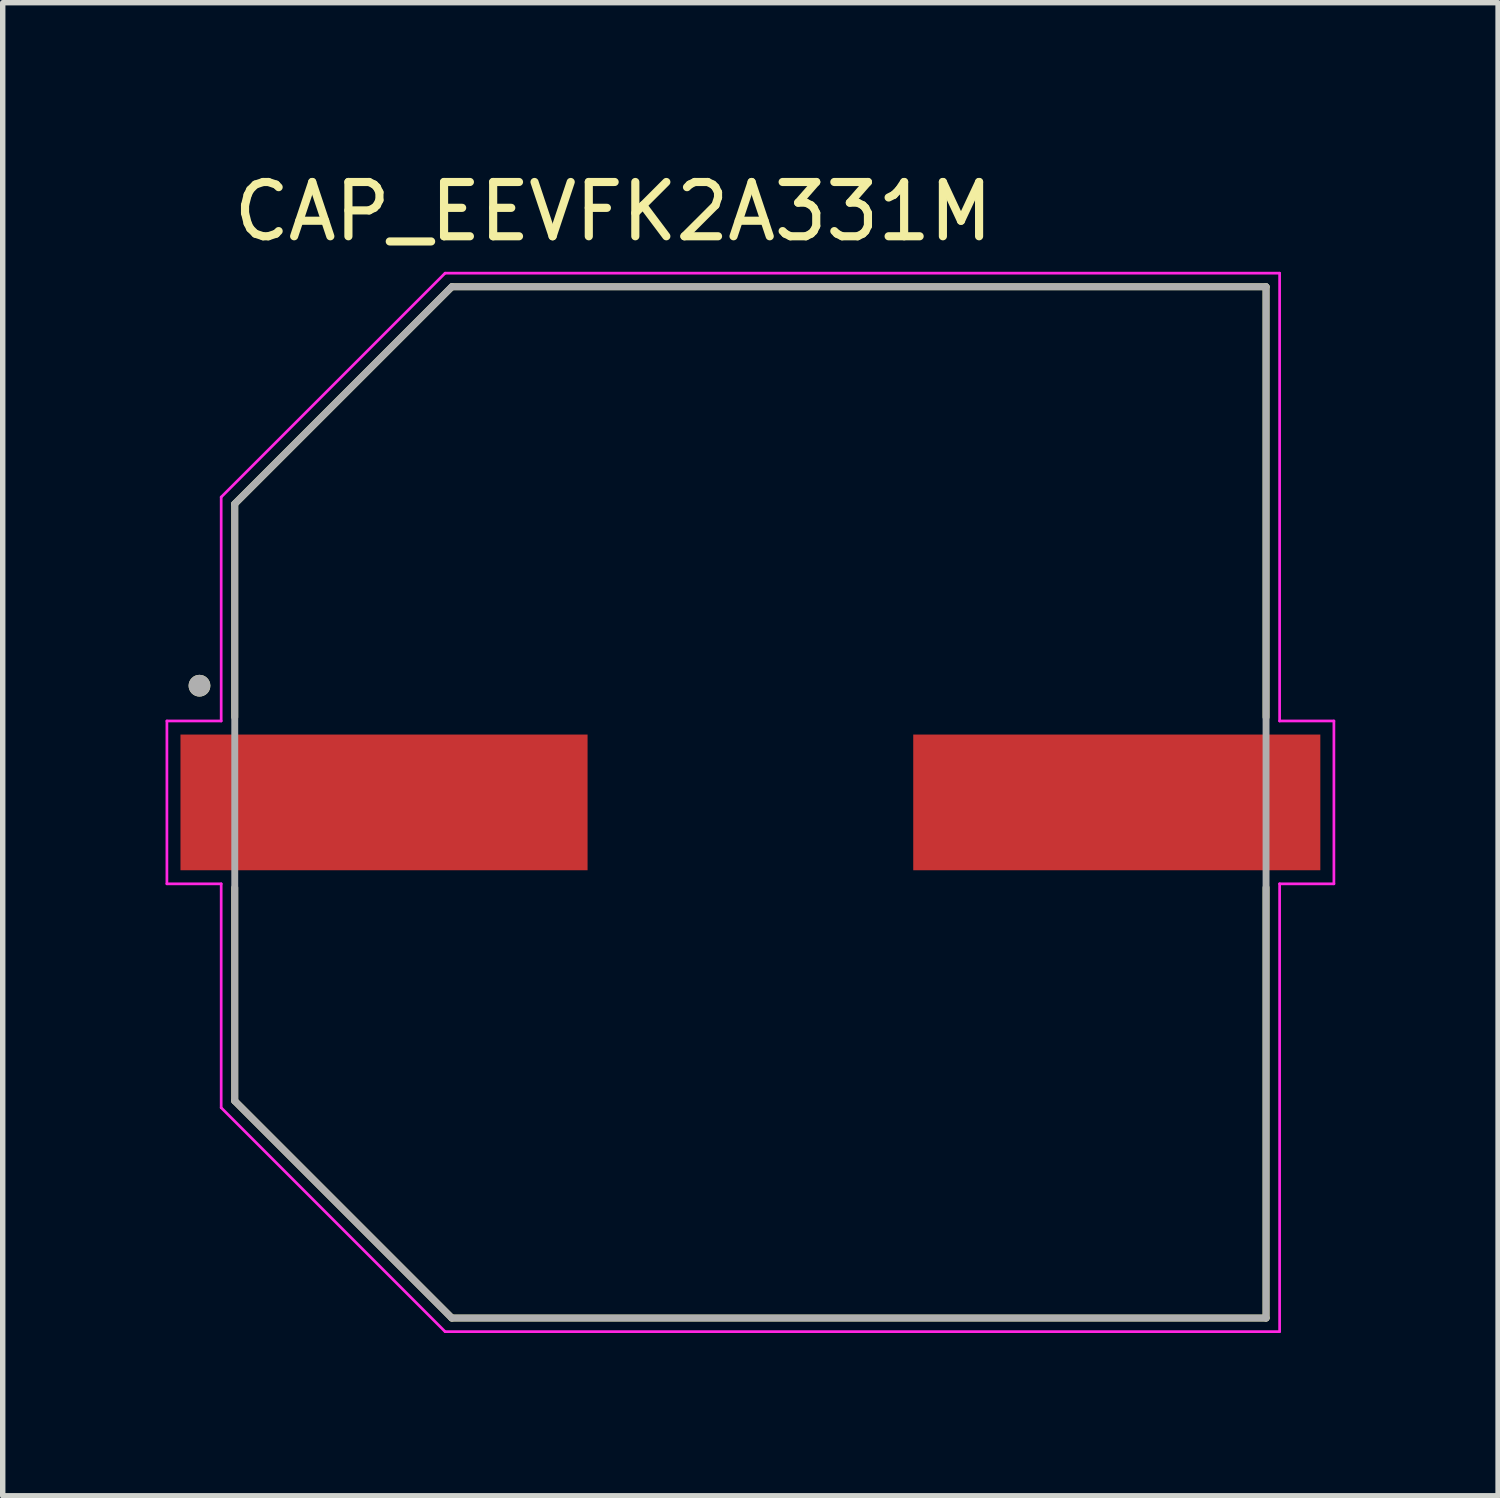
<source format=kicad_pcb>
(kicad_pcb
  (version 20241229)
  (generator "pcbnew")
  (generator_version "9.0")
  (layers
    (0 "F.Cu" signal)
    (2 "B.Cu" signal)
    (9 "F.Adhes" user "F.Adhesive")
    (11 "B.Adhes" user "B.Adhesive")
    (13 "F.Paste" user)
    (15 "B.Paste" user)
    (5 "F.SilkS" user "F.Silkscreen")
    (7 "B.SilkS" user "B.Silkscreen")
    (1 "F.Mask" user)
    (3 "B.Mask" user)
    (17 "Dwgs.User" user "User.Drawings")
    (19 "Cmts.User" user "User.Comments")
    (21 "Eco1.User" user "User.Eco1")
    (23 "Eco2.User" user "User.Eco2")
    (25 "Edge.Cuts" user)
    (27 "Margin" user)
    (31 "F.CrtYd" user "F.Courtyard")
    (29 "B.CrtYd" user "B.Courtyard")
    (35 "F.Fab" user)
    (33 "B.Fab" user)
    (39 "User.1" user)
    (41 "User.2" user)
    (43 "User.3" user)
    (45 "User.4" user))
  (footprint "CAP_EEVFK2A331M"
    (layer "F.Cu")
    (at 10.775 11.733)
    (property "Reference" "CAP_EEVFK2A331M" (at -2.525 -10.885 0) (layer "F.SilkS") (effects (font (size 1 1) (thickness 0.15))))
    (attr smd)
    (fp_line (start -9.5 -5.5) (end -9.5 -1.57) (stroke (width 0.127) (type solid)) (layer "F.SilkS"))
    (fp_line (start -9.5 1.57) (end -9.5 5.5) (stroke (width 0.127) (type solid)) (layer "F.SilkS"))
    (fp_line (start -9.5 5.5) (end -5.5 9.5) (stroke (width 0.127) (type solid)) (layer "F.SilkS"))
    (fp_line (start -5.5 -9.5) (end -9.5 -5.5) (stroke (width 0.127) (type solid)) (layer "F.SilkS"))
    (fp_line (start -5.5 9.5) (end 9.5 9.5) (stroke (width 0.127) (type solid)) (layer "F.SilkS"))
    (fp_line (start 9.5 -9.5) (end -5.5 -9.5) (stroke (width 0.127) (type solid)) (layer "F.SilkS"))
    (fp_line (start 9.5 -1.57) (end 9.5 -9.5) (stroke (width 0.127) (type solid)) (layer "F.SilkS"))
    (fp_line (start 9.5 9.5) (end 9.5 1.57) (stroke (width 0.127) (type solid)) (layer "F.SilkS"))
    (fp_circle (center -10.15 -2.15) (end -10.05 -2.15) (stroke (width 0.2) (type solid)) (fill no) (layer "F.SilkS"))
    (fp_line (start -10.75 -1.5) (end -9.75 -1.5) (stroke (width 0.05) (type solid)) (layer "F.CrtYd"))
    (fp_line (start -10.75 1.5) (end -10.75 -1.5) (stroke (width 0.05) (type solid)) (layer "F.CrtYd"))
    (fp_line (start -9.75 -5.625) (end -5.625 -9.75) (stroke (width 0.05) (type solid)) (layer "F.CrtYd"))
    (fp_line (start -9.75 -1.5) (end -9.75 -5.625) (stroke (width 0.05) (type solid)) (layer "F.CrtYd"))
    (fp_line (start -9.75 1.5) (end -10.75 1.5) (stroke (width 0.05) (type solid)) (layer "F.CrtYd"))
    (fp_line (start -9.75 5.625) (end -9.75 1.5) (stroke (width 0.05) (type solid)) (layer "F.CrtYd"))
    (fp_line (start -5.625 -9.75) (end 9.75 -9.75) (stroke (width 0.05) (type solid)) (layer "F.CrtYd"))
    (fp_line (start -5.625 9.75) (end -9.75 5.625) (stroke (width 0.05) (type solid)) (layer "F.CrtYd"))
    (fp_line (start 9.75 -9.75) (end 9.75 -1.5) (stroke (width 0.05) (type solid)) (layer "F.CrtYd"))
    (fp_line (start 9.75 -1.5) (end 10.75 -1.5) (stroke (width 0.05) (type solid)) (layer "F.CrtYd"))
    (fp_line (start 9.75 1.5) (end 9.75 9.75) (stroke (width 0.05) (type solid)) (layer "F.CrtYd"))
    (fp_line (start 9.75 9.75) (end -5.625 9.75) (stroke (width 0.05) (type solid)) (layer "F.CrtYd"))
    (fp_line (start 10.75 -1.5) (end 10.75 1.5) (stroke (width 0.05) (type solid)) (layer "F.CrtYd"))
    (fp_line (start 10.75 1.5) (end 9.75 1.5) (stroke (width 0.05) (type solid)) (layer "F.CrtYd"))
    (fp_line (start -9.5 -5.5) (end -9.5 5.5) (stroke (width 0.127) (type solid)) (layer "F.Fab"))
    (fp_line (start -9.5 5.5) (end -5.5 9.5) (stroke (width 0.127) (type solid)) (layer "F.Fab"))
    (fp_line (start -5.5 -9.5) (end -9.5 -5.5) (stroke (width 0.127) (type solid)) (layer "F.Fab"))
    (fp_line (start -5.5 9.5) (end 9.5 9.5) (stroke (width 0.127) (type solid)) (layer "F.Fab"))
    (fp_line (start 9.5 -9.5) (end -5.5 -9.5) (stroke (width 0.127) (type solid)) (layer "F.Fab"))
    (fp_line (start 9.5 9.5) (end 9.5 -9.5) (stroke (width 0.127) (type solid)) (layer "F.Fab"))
    (fp_circle (center -10.15 -2.15) (end -10.05 -2.15) (stroke (width 0.2) (type solid)) (fill no) (layer "F.Fab"))
    (pad "1" smd rect (at -6.75 0) (size 7.5 2.5) (layers "F.Cu" "F.Mask" "F.Paste"))
    (pad "2" smd rect (at 6.75 0) (size 7.5 2.5) (layers "F.Cu" "F.Mask" "F.Paste")))
  (gr_rect
    (start -3 -3)
    (end 24.55 24.508)
    (stroke (width 0.1) (type default))
    (fill no)
    (layer "Edge.Cuts")))
</source>
